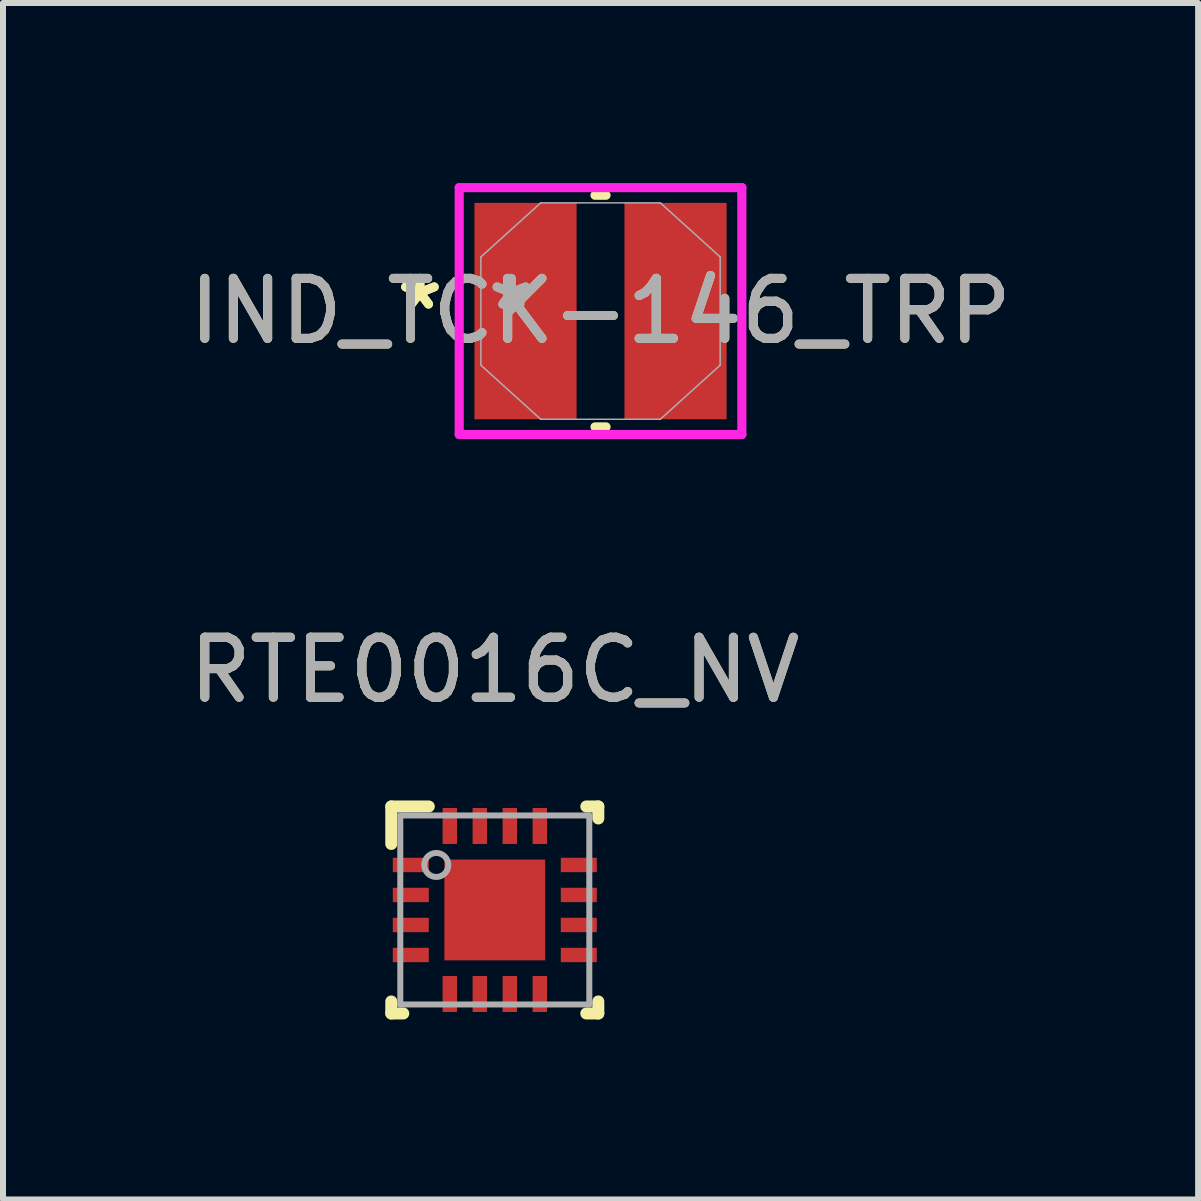
<source format=kicad_pcb>
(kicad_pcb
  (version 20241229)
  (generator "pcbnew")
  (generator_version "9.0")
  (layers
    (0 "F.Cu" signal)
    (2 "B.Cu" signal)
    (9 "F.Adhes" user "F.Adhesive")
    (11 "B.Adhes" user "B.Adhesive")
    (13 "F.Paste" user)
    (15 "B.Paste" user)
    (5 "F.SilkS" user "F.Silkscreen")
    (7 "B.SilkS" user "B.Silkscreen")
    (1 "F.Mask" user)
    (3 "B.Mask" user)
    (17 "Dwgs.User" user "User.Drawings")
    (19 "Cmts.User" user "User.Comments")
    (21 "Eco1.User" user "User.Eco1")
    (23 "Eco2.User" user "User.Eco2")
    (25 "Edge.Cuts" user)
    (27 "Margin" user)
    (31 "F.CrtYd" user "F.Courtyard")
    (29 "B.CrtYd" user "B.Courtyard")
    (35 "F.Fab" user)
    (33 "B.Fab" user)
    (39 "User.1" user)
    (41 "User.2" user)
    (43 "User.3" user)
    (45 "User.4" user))
  (footprint "RTE0016C_NV"
    (layer "F.Cu")
    (at 5.196 12.115)
    (property "Reference" "RTE0016C_NV" (at 0 -4 0) (unlocked yes) (layer "F.SilkS") (effects (font (size 1 1) (thickness 0.15))))
    (attr smd)
    (fp_line (start -1.725 -1.725) (end -1.1 -1.725) (stroke (width 0.2) (type solid)) (layer "F.SilkS"))
    (fp_line (start -1.725 -1.1) (end -1.725 -1.725) (stroke (width 0.2) (type solid)) (layer "F.SilkS"))
    (fp_line (start -1.725 1.725) (end -1.725 1.525) (stroke (width 0.2) (type solid)) (layer "F.SilkS"))
    (fp_line (start -1.725 1.725) (end -1.525 1.725) (stroke (width 0.2) (type solid)) (layer "F.SilkS"))
    (fp_line (start 1.525 -1.725) (end 1.725 -1.725) (stroke (width 0.2) (type solid)) (layer "F.SilkS"))
    (fp_line (start 1.525 1.725) (end 1.725 1.725) (stroke (width 0.2) (type solid)) (layer "F.SilkS"))
    (fp_line (start 1.725 -1.525) (end 1.725 -1.725) (stroke (width 0.2) (type solid)) (layer "F.SilkS"))
    (fp_line (start 1.725 1.725) (end 1.725 1.525) (stroke (width 0.2) (type solid)) (layer "F.SilkS"))
    (fp_poly (pts (xy -0.775 0.729) (xy -0.775 -0.729) (xy -0.774 -0.738) (xy -0.771 -0.746) (xy -0.767 -0.754) (xy -0.761 -0.761) (xy -0.754 -0.767) (xy -0.746 -0.771) (xy -0.738 -0.774) (xy -0.729 -0.775) (xy 0.729 -0.775) (xy 0.738 -0.774) (xy 0.746 -0.771) (xy 0.754 -0.767) (xy 0.761 -0.761) (xy 0.767 -0.754) (xy 0.771 -0.746) (xy 0.774 -0.738) (xy 0.775 -0.729) (xy 0.775 0.729) (xy 0.774 0.738) (xy 0.771 0.746) (xy 0.767 0.754) (xy 0.761 0.761) (xy 0.754 0.767) (xy 0.746 0.771) (xy 0.738 0.774) (xy 0.729 0.775) (xy -0.729 0.775) (xy -0.738 0.774) (xy -0.746 0.771) (xy -0.754 0.767) (xy -0.761 0.761) (xy -0.767 0.754) (xy -0.771 0.746) (xy -0.774 0.738)) (stroke (width 0) (type solid)) (fill yes) (layer "F.Paste"))
    (fp_line (start -1.575 -1.575) (end 1.575 -1.575) (stroke (width 0.1) (type solid)) (layer "F.Fab"))
    (fp_line (start -1.575 1.575) (end -1.575 -1.575) (stroke (width 0.1) (type solid)) (layer "F.Fab"))
    (fp_line (start -1.575 1.575) (end 1.575 1.575) (stroke (width 0.1) (type solid)) (layer "F.Fab"))
    (fp_line (start 1.575 1.575) (end 1.575 -1.575) (stroke (width 0.1) (type solid)) (layer "F.Fab"))
    (fp_circle (center -0.975 -0.75) (end -0.775 -0.75) (stroke (width 0.1) (type solid)) (fill no) (layer "F.Fab"))
    (fp_text user "${REFERENCE}" (at 0 -4 0) (unlocked yes) (layer "F.Fab") (effects (font (size 1 1) (thickness 0.15))))
    (pad "1" smd rect (at -1.4 -0.75 90) (size 0.24 0.6) (layers "F.Cu" "F.Mask" "F.Paste"))
    (pad "2" smd rect (at -1.4 -0.25 90) (size 0.24 0.6) (layers "F.Cu" "F.Mask" "F.Paste"))
    (pad "3" smd rect (at -1.4 0.25 90) (size 0.24 0.6) (layers "F.Cu" "F.Mask" "F.Paste"))
    (pad "4" smd rect (at -1.4 0.75 90) (size 0.24 0.6) (layers "F.Cu" "F.Mask" "F.Paste"))
    (pad "5" smd rect (at -0.75 1.4) (size 0.24 0.6) (layers "F.Cu" "F.Mask" "F.Paste"))
    (pad "6" smd rect (at -0.25 1.4) (size 0.24 0.6) (layers "F.Cu" "F.Mask" "F.Paste"))
    (pad "7" smd rect (at 0.25 1.4) (size 0.24 0.6) (layers "F.Cu" "F.Mask" "F.Paste"))
    (pad "8" smd rect (at 0.75 1.4) (size 0.24 0.6) (layers "F.Cu" "F.Mask" "F.Paste"))
    (pad "9" smd rect (at 1.4 0.75 90) (size 0.24 0.6) (layers "F.Cu" "F.Mask" "F.Paste"))
    (pad "10" smd rect (at 1.4 0.25 90) (size 0.24 0.6) (layers "F.Cu" "F.Mask" "F.Paste"))
    (pad "11" smd rect (at 1.4 -0.25 90) (size 0.24 0.6) (layers "F.Cu" "F.Mask" "F.Paste"))
    (pad "12" smd rect (at 1.4 -0.75 90) (size 0.24 0.6) (layers "F.Cu" "F.Mask" "F.Paste"))
    (pad "13" smd rect (at 0.75 -1.4) (size 0.24 0.6) (layers "F.Cu" "F.Mask" "F.Paste"))
    (pad "14" smd rect (at 0.25 -1.4) (size 0.24 0.6) (layers "F.Cu" "F.Mask" "F.Paste"))
    (pad "15" smd rect (at -0.25 -1.4) (size 0.24 0.6) (layers "F.Cu" "F.Mask" "F.Paste"))
    (pad "16" smd rect (at -0.75 -1.4) (size 0.24 0.6) (layers "F.Cu" "F.Mask" "F.Paste"))
    (pad "17" smd rect (at 0.000003 0) (size 1.68 1.68) (layers "F.Cu" "F.Mask")))
  (footprint "IND_TCK-146_TRP"
    (layer "F.Cu")
    (at 6.958 2.134)
    (property "Reference" "IND_TCK-146_TRP" (at 0 0 0) (unlocked yes) (layer "F.SilkS") (effects (font (size 1 1) (thickness 0.15))))
    (attr smd)
    (fp_line (start -0.092 1.93) (end 0.092 1.93) (stroke (width 0.152) (type solid)) (layer "F.SilkS"))
    (fp_line (start 0.092 -1.93) (end -0.092 -1.93) (stroke (width 0.152) (type solid)) (layer "F.SilkS"))
    (fp_line (start -2.355 -2.057) (end 2.355 -2.057) (stroke (width 0.152) (type solid)) (layer "F.CrtYd"))
    (fp_line (start -2.355 2.057) (end -2.355 -2.057) (stroke (width 0.152) (type solid)) (layer "F.CrtYd"))
    (fp_line (start 2.355 -2.057) (end 2.355 2.057) (stroke (width 0.152) (type solid)) (layer "F.CrtYd"))
    (fp_line (start 2.355 2.057) (end -2.355 2.057) (stroke (width 0.152) (type solid)) (layer "F.CrtYd"))
    (fp_line (start -1.994 -0.902) (end -1.994 0.902) (stroke (width 0.025) (type solid)) (layer "F.Fab"))
    (fp_line (start -1.994 0.902) (end -0.997 1.803) (stroke (width 0.025) (type solid)) (layer "F.Fab"))
    (fp_line (start -0.997 -1.803) (end -1.994 -0.902) (stroke (width 0.025) (type solid)) (layer "F.Fab"))
    (fp_line (start -0.997 1.803) (end 0.997 1.803) (stroke (width 0.025) (type solid)) (layer "F.Fab"))
    (fp_line (start 0.997 -1.803) (end -0.997 -1.803) (stroke (width 0.025) (type solid)) (layer "F.Fab"))
    (fp_line (start 0.997 1.803) (end 1.994 0.902) (stroke (width 0.025) (type solid)) (layer "F.Fab"))
    (fp_line (start 1.994 -0.902) (end 0.997 -1.803) (stroke (width 0.025) (type solid)) (layer "F.Fab"))
    (fp_line (start 1.994 0.902) (end 1.994 -0.902) (stroke (width 0.025) (type solid)) (layer "F.Fab"))
    (fp_text user "*" (at -3.01 0 0) (unlocked yes) (layer "F.SilkS") (effects (font (size 1 1) (thickness 0.15))))
    (fp_text user "*" (at -3.01 0 0) (layer "F.SilkS") (effects (font (size 1 1) (thickness 0.15))))
    (fp_text user "*" (at -1.486 0 0) (layer "F.Fab") (effects (font (size 1 1) (thickness 0.15))))
    (fp_text user "*" (at -1.486 0 0) (unlocked yes) (layer "F.Fab") (effects (font (size 1 1) (thickness 0.15))))
    (fp_text user "${REFERENCE}" (at 0 0 0) (unlocked yes) (layer "F.Fab") (effects (font (size 1 1) (thickness 0.15))))
    (pad "1" smd rect (at -1.25 0) (size 1.702 3.607) (layers "F.Cu" "F.Mask" "F.Paste"))
    (pad "2" smd rect (at 1.25 0) (size 1.702 3.607) (layers "F.Cu" "F.Mask" "F.Paste")))
  (gr_rect
    (start -3 -3)
    (end 16.917 16.94)
    (stroke (width 0.1) (type default))
    (fill no)
    (layer "Edge.Cuts")))
</source>
